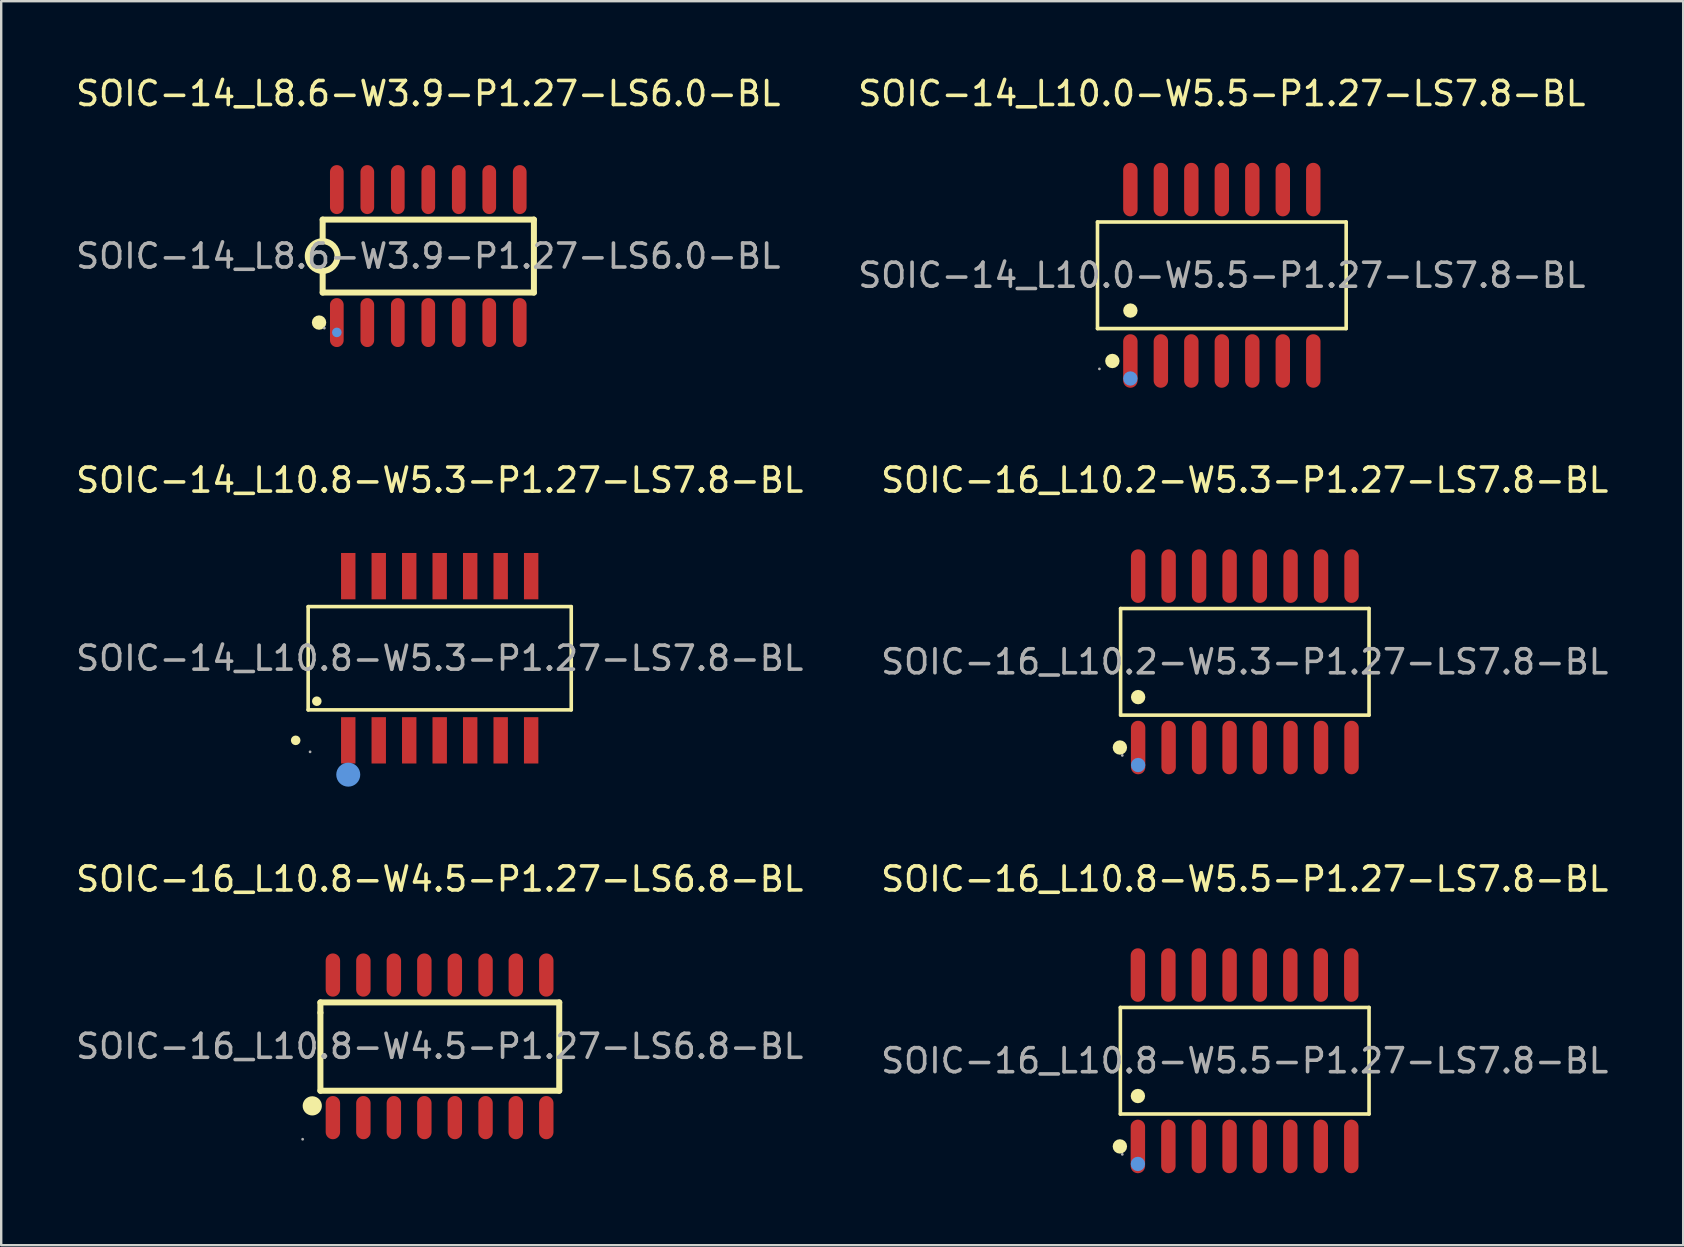
<source format=kicad_pcb>
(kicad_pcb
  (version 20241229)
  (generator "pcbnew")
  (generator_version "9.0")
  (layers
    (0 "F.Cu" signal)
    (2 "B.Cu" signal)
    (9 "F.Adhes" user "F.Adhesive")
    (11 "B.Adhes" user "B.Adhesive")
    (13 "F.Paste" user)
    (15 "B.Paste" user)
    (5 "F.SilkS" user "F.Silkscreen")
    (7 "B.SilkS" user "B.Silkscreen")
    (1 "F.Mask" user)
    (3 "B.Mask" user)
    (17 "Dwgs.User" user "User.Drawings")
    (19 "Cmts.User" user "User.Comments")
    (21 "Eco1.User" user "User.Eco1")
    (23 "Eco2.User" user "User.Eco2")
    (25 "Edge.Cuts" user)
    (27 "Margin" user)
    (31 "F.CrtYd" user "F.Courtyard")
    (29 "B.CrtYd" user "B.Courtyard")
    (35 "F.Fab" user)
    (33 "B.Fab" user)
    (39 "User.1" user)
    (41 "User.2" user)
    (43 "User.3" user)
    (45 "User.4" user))
  (footprint "SOIC-14_L8.6-W3.9-P1.27-LS6.0-BL"
    (layer "F.Cu")
    (at 14.792 7.618)
    (property "Reference" "SOIC-14_L8.6-W3.9-P1.27-LS6.0-BL" (at 0 -6.77 0) (layer "F.SilkS") (effects (font (size 1 1) (thickness 0.15))))
    (attr through_hole)
    (fp_line (start -4.4 -1.52) (end -4.4 -0.62) (stroke (width 0.25) (type solid)) (layer "F.SilkS"))
    (fp_line (start -4.4 -1.52) (end 4.4 -1.52) (stroke (width 0.25) (type solid)) (layer "F.SilkS"))
    (fp_line (start -4.4 1.52) (end -4.4 0.62) (stroke (width 0.25) (type solid)) (layer "F.SilkS"))
    (fp_line (start 4.4 -1.52) (end 4.4 1.52) (stroke (width 0.25) (type solid)) (layer "F.SilkS"))
    (fp_line (start 4.4 1.52) (end -4.4 1.52) (stroke (width 0.25) (type solid)) (layer "F.SilkS"))
    (fp_arc (start -4.38918 -0.619906) (mid -4.40541 0.619977) (end -4.4 -0.62) (stroke (width 0.25) (type solid)) (layer "F.SilkS"))
    (fp_circle (center -4.55 2.77) (end -4.4 2.77) (stroke (width 0.3) (type solid)) (fill no) (layer "F.SilkS"))
    (fp_circle (center -3.81 3.18) (end -3.71 3.18) (stroke (width 0.2) (type solid)) (fill no) (layer "Cmts.User"))
    (fp_circle (center -4.33 3) (end -4.3 3) (stroke (width 0.06) (type solid)) (fill no) (layer "F.Fab"))
    (fp_text user "${REFERENCE}" (at 0 0 0) (layer "F.Fab") (effects (font (size 1 1) (thickness 0.15))))
    (pad "1" smd oval (at -3.81 2.77) (size 0.57 2.04) (layers "F.Cu" "F.Mask" "F.Paste"))
    (pad "2" smd oval (at -2.54 2.77) (size 0.57 2.04) (layers "F.Cu" "F.Mask" "F.Paste"))
    (pad "3" smd oval (at -1.27 2.77) (size 0.57 2.04) (layers "F.Cu" "F.Mask" "F.Paste"))
    (pad "4" smd oval (at 0 2.77) (size 0.57 2.04) (layers "F.Cu" "F.Mask" "F.Paste"))
    (pad "5" smd oval (at 1.27 2.77) (size 0.57 2.04) (layers "F.Cu" "F.Mask" "F.Paste"))
    (pad "6" smd oval (at 2.54 2.77) (size 0.57 2.04) (layers "F.Cu" "F.Mask" "F.Paste"))
    (pad "7" smd oval (at 3.81 2.77) (size 0.57 2.04) (layers "F.Cu" "F.Mask" "F.Paste"))
    (pad "8" smd oval (at 3.81 -2.77) (size 0.57 2.04) (layers "F.Cu" "F.Mask" "F.Paste"))
    (pad "9" smd oval (at 2.54 -2.77) (size 0.57 2.04) (layers "F.Cu" "F.Mask" "F.Paste"))
    (pad "10" smd oval (at 1.27 -2.77) (size 0.57 2.04) (layers "F.Cu" "F.Mask" "F.Paste"))
    (pad "11" smd oval (at 0 -2.77) (size 0.57 2.04) (layers "F.Cu" "F.Mask" "F.Paste"))
    (pad "12" smd oval (at -1.27 -2.77) (size 0.57 2.04) (layers "F.Cu" "F.Mask" "F.Paste"))
    (pad "13" smd oval (at -2.54 -2.77) (size 0.57 2.04) (layers "F.Cu" "F.Mask" "F.Paste"))
    (pad "14" smd oval (at -3.81 -2.77) (size 0.57 2.04) (layers "F.Cu" "F.Mask" "F.Paste")))
  (footprint "SOIC-16_L10.8-W4.5-P1.27-LS6.8-BL"
    (layer "F.Cu")
    (at 15.268 40.54)
    (property "Reference" "SOIC-16_L10.8-W4.5-P1.27-LS6.8-BL" (at 0 -6.97 0) (layer "F.SilkS") (effects (font (size 1 1) (thickness 0.15))))
    (attr through_hole)
    (fp_line (start -4.97 -1.83) (end -4.97 -1.4) (stroke (width 0.25) (type solid)) (layer "F.SilkS"))
    (fp_line (start -4.97 -1.4) (end -4.97 1.85) (stroke (width 0.25) (type solid)) (layer "F.SilkS"))
    (fp_line (start -4.97 1.85) (end 4.98 1.85) (stroke (width 0.25) (type solid)) (layer "F.SilkS"))
    (fp_line (start 4.98 -1.83) (end -4.97 -1.83) (stroke (width 0.25) (type solid)) (layer "F.SilkS"))
    (fp_line (start 4.98 1.85) (end 4.98 -1.83) (stroke (width 0.25) (type solid)) (layer "F.SilkS"))
    (fp_arc (start -5.3 2.28) (mid -5.314988 2.680188) (end -5.310027 2.27975) (stroke (width 0.4) (type solid)) (layer "F.SilkS"))
    (fp_circle (center -5.71 3.87) (end -5.68 3.87) (stroke (width 0.06) (type solid)) (fill no) (layer "F.Fab"))
    (fp_text user "${REFERENCE}" (at 0 0 0) (layer "F.Fab") (effects (font (size 1 1) (thickness 0.15))))
    (pad "1" smd oval (at -4.45 2.97 180) (size 0.6 1.8) (layers "F.Cu" "F.Mask" "F.Paste"))
    (pad "2" smd oval (at -3.18 2.97 180) (size 0.6 1.8) (layers "F.Cu" "F.Mask" "F.Paste"))
    (pad "3" smd oval (at -1.91 2.97 180) (size 0.6 1.8) (layers "F.Cu" "F.Mask" "F.Paste"))
    (pad "4" smd oval (at -0.64 2.97 180) (size 0.6 1.8) (layers "F.Cu" "F.Mask" "F.Paste"))
    (pad "5" smd oval (at 0.63 2.97 180) (size 0.6 1.8) (layers "F.Cu" "F.Mask" "F.Paste"))
    (pad "6" smd oval (at 1.91 2.97 180) (size 0.6 1.8) (layers "F.Cu" "F.Mask" "F.Paste"))
    (pad "7" smd oval (at 3.17 2.97 180) (size 0.6 1.8) (layers "F.Cu" "F.Mask" "F.Paste"))
    (pad "8" smd oval (at 4.44 2.97 180) (size 0.6 1.8) (layers "F.Cu" "F.Mask" "F.Paste"))
    (pad "9" smd oval (at 4.44 -2.97 180) (size 0.6 1.8) (layers "F.Cu" "F.Mask" "F.Paste"))
    (pad "10" smd oval (at 3.17 -2.97 180) (size 0.6 1.8) (layers "F.Cu" "F.Mask" "F.Paste"))
    (pad "11" smd oval (at 1.91 -2.97 180) (size 0.6 1.8) (layers "F.Cu" "F.Mask" "F.Paste"))
    (pad "12" smd oval (at 0.63 -2.97 180) (size 0.6 1.8) (layers "F.Cu" "F.Mask" "F.Paste"))
    (pad "13" smd oval (at -0.64 -2.97 180) (size 0.6 1.8) (layers "F.Cu" "F.Mask" "F.Paste"))
    (pad "14" smd oval (at -1.91 -2.97 180) (size 0.6 1.8) (layers "F.Cu" "F.Mask" "F.Paste"))
    (pad "15" smd oval (at -3.18 -2.97 180) (size 0.6 1.8) (layers "F.Cu" "F.Mask" "F.Paste"))
    (pad "16" smd oval (at -4.45 -2.97 180) (size 0.6 1.8) (layers "F.Cu" "F.Mask" "F.Paste")))
  (footprint "SOIC-14_L10.0-W5.5-P1.27-LS7.8-BL"
    (layer "F.Cu")
    (at 47.851 8.418)
    (property "Reference" "SOIC-14_L10.0-W5.5-P1.27-LS7.8-BL" (at 0 -7.57 0) (layer "F.SilkS") (effects (font (size 1 1) (thickness 0.15))))
    (attr through_hole)
    (fp_line (start -5.18 -2.22) (end 5.18 -2.22) (stroke (width 0.15) (type solid)) (layer "F.SilkS"))
    (fp_line (start -5.18 2.22) (end -5.18 -2.22) (stroke (width 0.15) (type solid)) (layer "F.SilkS"))
    (fp_line (start 5.18 -2.22) (end 5.18 2.22) (stroke (width 0.15) (type solid)) (layer "F.SilkS"))
    (fp_line (start 5.18 2.22) (end -5.18 2.22) (stroke (width 0.15) (type solid)) (layer "F.SilkS"))
    (fp_circle (center -4.56 3.57) (end -4.41 3.57) (stroke (width 0.3) (type solid)) (fill no) (layer "F.SilkS"))
    (fp_circle (center -3.81 1.47) (end -3.66 1.47) (stroke (width 0.3) (type solid)) (fill no) (layer "F.SilkS"))
    (fp_circle (center -3.81 4.3) (end -3.66 4.3) (stroke (width 0.3) (type solid)) (fill no) (layer "Cmts.User"))
    (fp_circle (center -5.1 3.9) (end -5.07 3.9) (stroke (width 0.06) (type solid)) (fill no) (layer "F.Fab"))
    (fp_text user "${REFERENCE}" (at 0 0 0) (layer "F.Fab") (effects (font (size 1 1) (thickness 0.15))))
    (pad "1" smd oval (at -3.81 3.57) (size 0.6 2.23) (layers "F.Cu" "F.Mask" "F.Paste"))
    (pad "2" smd oval (at -2.54 3.57) (size 0.6 2.23) (layers "F.Cu" "F.Mask" "F.Paste"))
    (pad "3" smd oval (at -1.27 3.57) (size 0.6 2.23) (layers "F.Cu" "F.Mask" "F.Paste"))
    (pad "4" smd oval (at 0 3.57) (size 0.6 2.23) (layers "F.Cu" "F.Mask" "F.Paste"))
    (pad "5" smd oval (at 1.27 3.57) (size 0.6 2.23) (layers "F.Cu" "F.Mask" "F.Paste"))
    (pad "6" smd oval (at 2.54 3.57) (size 0.6 2.23) (layers "F.Cu" "F.Mask" "F.Paste"))
    (pad "7" smd oval (at 3.81 3.57) (size 0.6 2.23) (layers "F.Cu" "F.Mask" "F.Paste"))
    (pad "8" smd oval (at 3.81 -3.57) (size 0.6 2.23) (layers "F.Cu" "F.Mask" "F.Paste"))
    (pad "9" smd oval (at 2.54 -3.57) (size 0.6 2.23) (layers "F.Cu" "F.Mask" "F.Paste"))
    (pad "10" smd oval (at 1.27 -3.57) (size 0.6 2.23) (layers "F.Cu" "F.Mask" "F.Paste"))
    (pad "11" smd oval (at 0 -3.57) (size 0.6 2.23) (layers "F.Cu" "F.Mask" "F.Paste"))
    (pad "12" smd oval (at -1.27 -3.57) (size 0.6 2.23) (layers "F.Cu" "F.Mask" "F.Paste"))
    (pad "13" smd oval (at -2.54 -3.57) (size 0.6 2.23) (layers "F.Cu" "F.Mask" "F.Paste"))
    (pad "14" smd oval (at -3.81 -3.57) (size 0.6 2.23) (layers "F.Cu" "F.Mask" "F.Paste")))
  (footprint "SOIC-16_L10.8-W5.5-P1.27-LS7.8-BL"
    (layer "F.Cu")
    (at 48.804 41.14)
    (property "Reference" "SOIC-16_L10.8-W5.5-P1.27-LS7.8-BL" (at 0 -7.57 0) (layer "F.SilkS") (effects (font (size 1 1) (thickness 0.15))))
    (attr through_hole)
    (fp_line (start -5.18 -2.22) (end 5.18 -2.22) (stroke (width 0.15) (type solid)) (layer "F.SilkS"))
    (fp_line (start -5.18 2.22) (end -5.18 -2.22) (stroke (width 0.15) (type solid)) (layer "F.SilkS"))
    (fp_line (start 5.18 -2.22) (end 5.18 2.22) (stroke (width 0.15) (type solid)) (layer "F.SilkS"))
    (fp_line (start 5.18 2.22) (end -5.18 2.22) (stroke (width 0.15) (type solid)) (layer "F.SilkS"))
    (fp_circle (center -5.2 3.57) (end -5.05 3.57) (stroke (width 0.3) (type solid)) (fill no) (layer "F.SilkS"))
    (fp_circle (center -4.45 1.47) (end -4.3 1.47) (stroke (width 0.3) (type solid)) (fill no) (layer "F.SilkS"))
    (fp_circle (center -4.45 4.3) (end -4.3 4.3) (stroke (width 0.3) (type solid)) (fill no) (layer "Cmts.User"))
    (fp_circle (center -5.1 3.9) (end -5.07 3.9) (stroke (width 0.06) (type solid)) (fill no) (layer "F.Fab"))
    (fp_text user "${REFERENCE}" (at 0 0 0) (layer "F.Fab") (effects (font (size 1 1) (thickness 0.15))))
    (pad "1" smd oval (at -4.45 3.57) (size 0.6 2.23) (layers "F.Cu" "F.Mask" "F.Paste"))
    (pad "2" smd oval (at -3.18 3.57) (size 0.6 2.23) (layers "F.Cu" "F.Mask" "F.Paste"))
    (pad "3" smd oval (at -1.91 3.57) (size 0.6 2.23) (layers "F.Cu" "F.Mask" "F.Paste"))
    (pad "4" smd oval (at -0.63 3.57) (size 0.6 2.23) (layers "F.Cu" "F.Mask" "F.Paste"))
    (pad "5" smd oval (at 0.63 3.57) (size 0.6 2.23) (layers "F.Cu" "F.Mask" "F.Paste"))
    (pad "6" smd oval (at 1.9 3.57) (size 0.6 2.23) (layers "F.Cu" "F.Mask" "F.Paste"))
    (pad "7" smd oval (at 3.17 3.57) (size 0.6 2.23) (layers "F.Cu" "F.Mask" "F.Paste"))
    (pad "8" smd oval (at 4.44 3.57) (size 0.6 2.23) (layers "F.Cu" "F.Mask" "F.Paste"))
    (pad "9" smd oval (at 4.44 -3.57) (size 0.6 2.23) (layers "F.Cu" "F.Mask" "F.Paste"))
    (pad "10" smd oval (at 3.17 -3.57) (size 0.6 2.23) (layers "F.Cu" "F.Mask" "F.Paste"))
    (pad "11" smd oval (at 1.9 -3.57) (size 0.6 2.23) (layers "F.Cu" "F.Mask" "F.Paste"))
    (pad "12" smd oval (at 0.63 -3.57) (size 0.6 2.23) (layers "F.Cu" "F.Mask" "F.Paste"))
    (pad "13" smd oval (at -0.63 -3.57) (size 0.6 2.23) (layers "F.Cu" "F.Mask" "F.Paste"))
    (pad "14" smd oval (at -1.91 -3.57) (size 0.6 2.23) (layers "F.Cu" "F.Mask" "F.Paste"))
    (pad "15" smd oval (at -3.18 -3.57) (size 0.6 2.23) (layers "F.Cu" "F.Mask" "F.Paste"))
    (pad "16" smd oval (at -4.45 -3.57) (size 0.6 2.23) (layers "F.Cu" "F.Mask" "F.Paste")))
  (footprint "SOIC-14_L10.8-W5.3-P1.27-LS7.8-BL"
    (layer "F.Cu")
    (at 15.268 24.372)
    (property "Reference" "SOIC-14_L10.8-W5.3-P1.27-LS7.8-BL" (at 0 -7.42 0) (layer "F.SilkS") (effects (font (size 1 1) (thickness 0.15))))
    (attr through_hole)
    (fp_line (start -5.48 -2.15) (end 5.48 -2.15) (stroke (width 0.15) (type solid)) (layer "F.SilkS"))
    (fp_line (start -5.48 2.15) (end -5.48 -2.15) (stroke (width 0.15) (type solid)) (layer "F.SilkS"))
    (fp_line (start 5.48 -2.15) (end 5.48 2.15) (stroke (width 0.15) (type solid)) (layer "F.SilkS"))
    (fp_line (start 5.48 2.15) (end -5.48 2.15) (stroke (width 0.15) (type solid)) (layer "F.SilkS"))
    (fp_circle (center -6 3.42) (end -5.9 3.42) (stroke (width 0.2) (type solid)) (fill no) (layer "F.SilkS"))
    (fp_circle (center -5.12 1.79) (end -5.02 1.79) (stroke (width 0.2) (type solid)) (fill no) (layer "F.SilkS"))
    (fp_circle (center -3.81 4.85) (end -3.56 4.85) (stroke (width 0.5) (type solid)) (fill no) (layer "Cmts.User"))
    (fp_circle (center -5.4 3.9) (end -5.37 3.9) (stroke (width 0.06) (type solid)) (fill no) (layer "F.Fab"))
    (fp_text user "${REFERENCE}" (at 0 0 0) (layer "F.Fab") (effects (font (size 1 1) (thickness 0.15))))
    (pad "1" smd rect (at -3.81 3.42) (size 0.6 1.93) (layers "F.Cu" "F.Mask" "F.Paste"))
    (pad "2" smd rect (at -2.54 3.42) (size 0.6 1.93) (layers "F.Cu" "F.Mask" "F.Paste"))
    (pad "3" smd rect (at -1.27 3.42) (size 0.6 1.93) (layers "F.Cu" "F.Mask" "F.Paste"))
    (pad "4" smd rect (at 0 3.42) (size 0.6 1.93) (layers "F.Cu" "F.Mask" "F.Paste"))
    (pad "5" smd rect (at 1.27 3.42) (size 0.6 1.93) (layers "F.Cu" "F.Mask" "F.Paste"))
    (pad "6" smd rect (at 2.54 3.42) (size 0.6 1.93) (layers "F.Cu" "F.Mask" "F.Paste"))
    (pad "7" smd rect (at 3.81 3.42) (size 0.6 1.93) (layers "F.Cu" "F.Mask" "F.Paste"))
    (pad "8" smd rect (at 3.81 -3.42) (size 0.6 1.93) (layers "F.Cu" "F.Mask" "F.Paste"))
    (pad "9" smd rect (at 2.54 -3.42) (size 0.6 1.93) (layers "F.Cu" "F.Mask" "F.Paste"))
    (pad "10" smd rect (at 1.27 -3.42) (size 0.6 1.93) (layers "F.Cu" "F.Mask" "F.Paste"))
    (pad "11" smd rect (at 0 -3.42) (size 0.6 1.93) (layers "F.Cu" "F.Mask" "F.Paste"))
    (pad "12" smd rect (at -1.27 -3.42) (size 0.6 1.93) (layers "F.Cu" "F.Mask" "F.Paste"))
    (pad "13" smd rect (at -2.54 -3.42) (size 0.6 1.93) (layers "F.Cu" "F.Mask" "F.Paste"))
    (pad "14" smd rect (at -3.81 -3.42) (size 0.6 1.93) (layers "F.Cu" "F.Mask" "F.Paste")))
  (footprint "SOIC-16_L10.2-W5.3-P1.27-LS7.8-BL"
    (layer "F.Cu")
    (at 48.804 24.521)
    (property "Reference" "SOIC-16_L10.2-W5.3-P1.27-LS7.8-BL" (at 0 -7.57 0) (layer "F.SilkS") (effects (font (size 1 1) (thickness 0.15))))
    (attr through_hole)
    (fp_line (start -5.17 -2.22) (end 5.18 -2.22) (stroke (width 0.15) (type solid)) (layer "F.SilkS"))
    (fp_line (start -5.17 2.22) (end -5.17 -2.22) (stroke (width 0.15) (type solid)) (layer "F.SilkS"))
    (fp_line (start 5.18 -2.22) (end 5.18 2.22) (stroke (width 0.15) (type solid)) (layer "F.SilkS"))
    (fp_line (start 5.18 2.22) (end -5.17 2.22) (stroke (width 0.15) (type solid)) (layer "F.SilkS"))
    (fp_circle (center -5.2 3.57) (end -5.05 3.57) (stroke (width 0.3) (type solid)) (fill no) (layer "F.SilkS"))
    (fp_circle (center -4.44 1.47) (end -4.29 1.47) (stroke (width 0.3) (type solid)) (fill no) (layer "F.SilkS"))
    (fp_circle (center -4.44 4.3) (end -4.29 4.3) (stroke (width 0.3) (type solid)) (fill no) (layer "Cmts.User"))
    (fp_circle (center -5.1 3.9) (end -5.07 3.9) (stroke (width 0.06) (type solid)) (fill no) (layer "F.Fab"))
    (fp_text user "${REFERENCE}" (at 0 0 0) (layer "F.Fab") (effects (font (size 1 1) (thickness 0.15))))
    (pad "1" smd oval (at -4.44 3.57) (size 0.6 2.23) (layers "F.Cu" "F.Mask" "F.Paste"))
    (pad "2" smd oval (at -3.17 3.57) (size 0.6 2.23) (layers "F.Cu" "F.Mask" "F.Paste"))
    (pad "3" smd oval (at -1.9 3.57) (size 0.6 2.23) (layers "F.Cu" "F.Mask" "F.Paste"))
    (pad "4" smd oval (at -0.63 3.57) (size 0.6 2.23) (layers "F.Cu" "F.Mask" "F.Paste"))
    (pad "5" smd oval (at 0.63 3.57) (size 0.6 2.23) (layers "F.Cu" "F.Mask" "F.Paste"))
    (pad "6" smd oval (at 1.91 3.57) (size 0.6 2.23) (layers "F.Cu" "F.Mask" "F.Paste"))
    (pad "7" smd oval (at 3.18 3.57) (size 0.6 2.23) (layers "F.Cu" "F.Mask" "F.Paste"))
    (pad "8" smd oval (at 4.45 3.57) (size 0.6 2.23) (layers "F.Cu" "F.Mask" "F.Paste"))
    (pad "9" smd oval (at 4.45 -3.57) (size 0.6 2.23) (layers "F.Cu" "F.Mask" "F.Paste"))
    (pad "10" smd oval (at 3.18 -3.57) (size 0.6 2.23) (layers "F.Cu" "F.Mask" "F.Paste"))
    (pad "11" smd oval (at 1.91 -3.57) (size 0.6 2.23) (layers "F.Cu" "F.Mask" "F.Paste"))
    (pad "12" smd oval (at 0.63 -3.57) (size 0.6 2.23) (layers "F.Cu" "F.Mask" "F.Paste"))
    (pad "13" smd oval (at -0.63 -3.57) (size 0.6 2.23) (layers "F.Cu" "F.Mask" "F.Paste"))
    (pad "14" smd oval (at -1.9 -3.57) (size 0.6 2.23) (layers "F.Cu" "F.Mask" "F.Paste"))
    (pad "15" smd oval (at -3.17 -3.57) (size 0.6 2.23) (layers "F.Cu" "F.Mask" "F.Paste"))
    (pad "16" smd oval (at -4.44 -3.57) (size 0.6 2.23) (layers "F.Cu" "F.Mask" "F.Paste")))
  (gr_rect
    (start -3 -3)
    (end 67.071 48.825)
    (stroke (width 0.1) (type default))
    (fill no)
    (layer "Edge.Cuts")))
</source>
